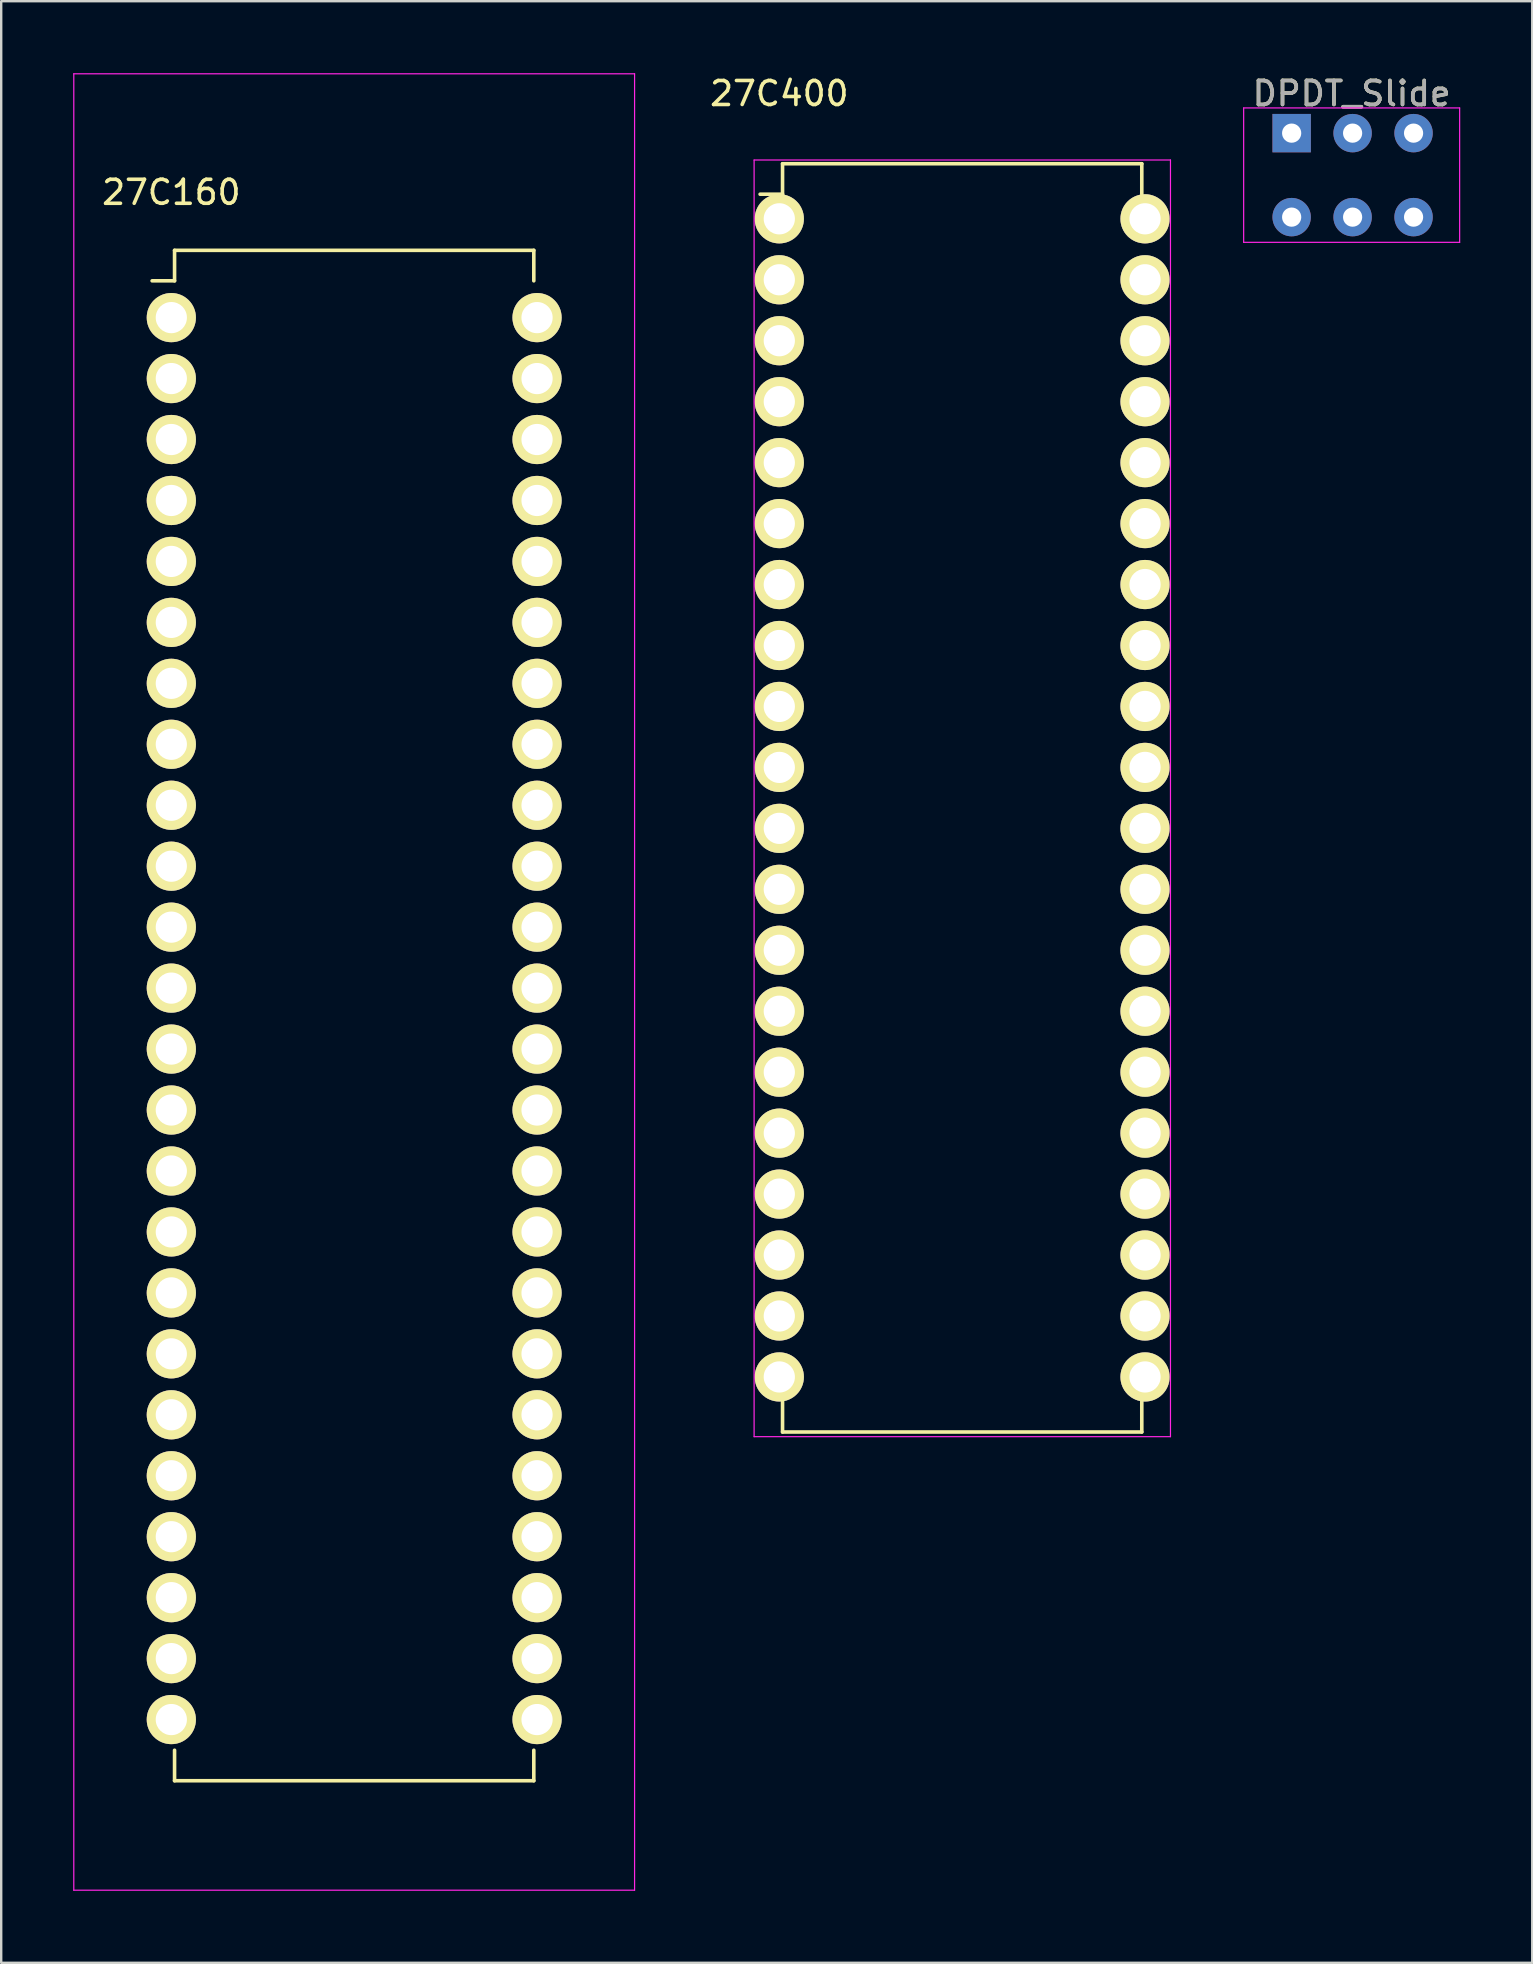
<source format=kicad_pcb>
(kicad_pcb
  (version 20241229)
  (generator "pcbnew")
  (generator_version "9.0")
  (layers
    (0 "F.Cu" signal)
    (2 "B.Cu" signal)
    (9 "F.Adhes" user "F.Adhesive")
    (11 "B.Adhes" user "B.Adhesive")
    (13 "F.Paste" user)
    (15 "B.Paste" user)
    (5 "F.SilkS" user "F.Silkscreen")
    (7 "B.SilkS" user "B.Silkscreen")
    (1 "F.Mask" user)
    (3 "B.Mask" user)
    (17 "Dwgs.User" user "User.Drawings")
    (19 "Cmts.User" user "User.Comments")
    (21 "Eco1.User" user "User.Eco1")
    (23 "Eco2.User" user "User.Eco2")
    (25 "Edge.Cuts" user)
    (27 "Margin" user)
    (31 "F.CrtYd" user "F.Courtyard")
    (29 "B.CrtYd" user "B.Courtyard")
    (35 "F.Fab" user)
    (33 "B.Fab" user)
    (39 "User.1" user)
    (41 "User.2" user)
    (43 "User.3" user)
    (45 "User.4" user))
  (footprint "27C400"
    (layer "F.Cu")
    (at 29.424 6.068)
    (property "Reference" "27C400" (at 0 -5.22 0) (layer "F.SilkS") (effects (font (size 1 1) (thickness 0.15))))
    (attr through_hole)
    (fp_line (start 0.135 -2.295) (end 0.135 -1.025) (stroke (width 0.15) (type solid)) (layer "F.SilkS"))
    (fp_line (start 0.135 -2.295) (end 15.105 -2.295) (stroke (width 0.15) (type solid)) (layer "F.SilkS"))
    (fp_line (start 0.135 -1.025) (end -0.8 -1.025) (stroke (width 0.15) (type solid)) (layer "F.SilkS"))
    (fp_line (start 0.135 50.555) (end 0.135 49.285) (stroke (width 0.15) (type solid)) (layer "F.SilkS"))
    (fp_line (start 0.135 50.555) (end 15.105 50.555) (stroke (width 0.15) (type solid)) (layer "F.SilkS"))
    (fp_line (start 15.105 -2.295) (end 15.105 -1.025) (stroke (width 0.15) (type solid)) (layer "F.SilkS"))
    (fp_line (start 15.105 50.555) (end 15.105 49.285) (stroke (width 0.15) (type solid)) (layer "F.SilkS"))
    (fp_line (start -1.05 -2.45) (end -1.05 50.75) (stroke (width 0.05) (type solid)) (layer "F.CrtYd"))
    (fp_line (start -1.05 -2.45) (end 16.3 -2.45) (stroke (width 0.05) (type solid)) (layer "F.CrtYd"))
    (fp_line (start -1.05 50.75) (end 16.3 50.75) (stroke (width 0.05) (type solid)) (layer "F.CrtYd"))
    (fp_line (start 16.3 -2.45) (end 16.3 50.75) (stroke (width 0.05) (type solid)) (layer "F.CrtYd"))
    (pad "1" thru_hole oval (at 0 0) (size 2.05 2.05) (drill 1.3) (layers "*.Cu" "*.Mask" "F.SilkS"))
    (pad "2" thru_hole oval (at 0 2.54) (size 2.05 2.05) (drill 1.3) (layers "*.Cu" "*.Mask" "F.SilkS"))
    (pad "3" thru_hole oval (at 0 5.08) (size 2.05 2.05) (drill 1.3) (layers "*.Cu" "*.Mask" "F.SilkS"))
    (pad "4" thru_hole oval (at 0 7.62) (size 2.05 2.05) (drill 1.3) (layers "*.Cu" "*.Mask" "F.SilkS"))
    (pad "5" thru_hole oval (at 0 10.16) (size 2.05 2.05) (drill 1.3) (layers "*.Cu" "*.Mask" "F.SilkS"))
    (pad "6" thru_hole oval (at 0 12.7) (size 2.05 2.05) (drill 1.3) (layers "*.Cu" "*.Mask" "F.SilkS"))
    (pad "7" thru_hole oval (at 0 15.24) (size 2.05 2.05) (drill 1.3) (layers "*.Cu" "*.Mask" "F.SilkS"))
    (pad "8" thru_hole oval (at 0 17.78) (size 2.05 2.05) (drill 1.3) (layers "*.Cu" "*.Mask" "F.SilkS"))
    (pad "9" thru_hole oval (at 0 20.32) (size 2.05 2.05) (drill 1.3) (layers "*.Cu" "*.Mask" "F.SilkS"))
    (pad "10" thru_hole oval (at 0 22.86) (size 2.05 2.05) (drill 1.3) (layers "*.Cu" "*.Mask" "F.SilkS"))
    (pad "11" thru_hole oval (at 0 25.4) (size 2.05 2.05) (drill 1.3) (layers "*.Cu" "*.Mask" "F.SilkS"))
    (pad "12" thru_hole oval (at 0 27.94) (size 2.05 2.05) (drill 1.3) (layers "*.Cu" "*.Mask" "F.SilkS"))
    (pad "13" thru_hole oval (at 0 30.48) (size 2.05 2.05) (drill 1.3) (layers "*.Cu" "*.Mask" "F.SilkS"))
    (pad "14" thru_hole oval (at 0 33.02) (size 2.05 2.05) (drill 1.3) (layers "*.Cu" "*.Mask" "F.SilkS"))
    (pad "15" thru_hole oval (at 0 35.56) (size 2.05 2.05) (drill 1.3) (layers "*.Cu" "*.Mask" "F.SilkS"))
    (pad "16" thru_hole oval (at 0 38.1) (size 2.05 2.05) (drill 1.3) (layers "*.Cu" "*.Mask" "F.SilkS"))
    (pad "17" thru_hole oval (at 0 40.64) (size 2.05 2.05) (drill 1.3) (layers "*.Cu" "*.Mask" "F.SilkS"))
    (pad "18" thru_hole oval (at 0 43.18) (size 2.05 2.05) (drill 1.3) (layers "*.Cu" "*.Mask" "F.SilkS"))
    (pad "19" thru_hole oval (at 0 45.72) (size 2.05 2.05) (drill 1.3) (layers "*.Cu" "*.Mask" "F.SilkS"))
    (pad "20" thru_hole oval (at 0 48.26) (size 2.05 2.05) (drill 1.3) (layers "*.Cu" "*.Mask" "F.SilkS"))
    (pad "21" thru_hole oval (at 15.24 48.26) (size 2.05 2.05) (drill 1.3) (layers "*.Cu" "*.Mask" "F.SilkS"))
    (pad "22" thru_hole oval (at 15.24 45.72) (size 2.05 2.05) (drill 1.3) (layers "*.Cu" "*.Mask" "F.SilkS"))
    (pad "23" thru_hole oval (at 15.24 43.18) (size 2.05 2.05) (drill 1.3) (layers "*.Cu" "*.Mask" "F.SilkS"))
    (pad "24" thru_hole oval (at 15.24 40.64) (size 2.05 2.05) (drill 1.3) (layers "*.Cu" "*.Mask" "F.SilkS"))
    (pad "25" thru_hole oval (at 15.24 38.1) (size 2.05 2.05) (drill 1.3) (layers "*.Cu" "*.Mask" "F.SilkS"))
    (pad "26" thru_hole oval (at 15.24 35.56) (size 2.05 2.05) (drill 1.3) (layers "*.Cu" "*.Mask" "F.SilkS"))
    (pad "27" thru_hole oval (at 15.24 33.02) (size 2.05 2.05) (drill 1.3) (layers "*.Cu" "*.Mask" "F.SilkS"))
    (pad "28" thru_hole oval (at 15.24 30.48) (size 2.05 2.05) (drill 1.3) (layers "*.Cu" "*.Mask" "F.SilkS"))
    (pad "29" thru_hole oval (at 15.24 27.94) (size 2.05 2.05) (drill 1.3) (layers "*.Cu" "*.Mask" "F.SilkS"))
    (pad "30" thru_hole oval (at 15.24 25.4) (size 2.05 2.05) (drill 1.3) (layers "*.Cu" "*.Mask" "F.SilkS"))
    (pad "31" thru_hole oval (at 15.24 22.86) (size 2.05 2.05) (drill 1.3) (layers "*.Cu" "*.Mask" "F.SilkS"))
    (pad "32" thru_hole oval (at 15.24 20.32) (size 2.05 2.05) (drill 1.3) (layers "*.Cu" "*.Mask" "F.SilkS"))
    (pad "33" thru_hole oval (at 15.24 17.78) (size 2.05 2.05) (drill 1.3) (layers "*.Cu" "*.Mask" "F.SilkS"))
    (pad "34" thru_hole oval (at 15.24 15.24) (size 2.05 2.05) (drill 1.3) (layers "*.Cu" "*.Mask" "F.SilkS"))
    (pad "35" thru_hole oval (at 15.24 12.7) (size 2.05 2.05) (drill 1.3) (layers "*.Cu" "*.Mask" "F.SilkS"))
    (pad "36" thru_hole oval (at 15.24 10.16) (size 2.05 2.05) (drill 1.3) (layers "*.Cu" "*.Mask" "F.SilkS"))
    (pad "37" thru_hole oval (at 15.24 7.62) (size 2.05 2.05) (drill 1.3) (layers "*.Cu" "*.Mask" "F.SilkS"))
    (pad "38" thru_hole oval (at 15.24 5.08) (size 2.05 2.05) (drill 1.3) (layers "*.Cu" "*.Mask" "F.SilkS"))
    (pad "39" thru_hole oval (at 15.24 2.54) (size 2.05 2.05) (drill 1.3) (layers "*.Cu" "*.Mask" "F.SilkS"))
    (pad "40" thru_hole oval (at 15.24 0) (size 2.05 2.05) (drill 1.3) (layers "*.Cu" "*.Mask" "F.SilkS")))
  (footprint "DPDT_Slide"
    (layer "F.Cu")
    (at 50.774 2.498)
    (property "Reference" "DPDT_Slide" (at 2.5 -1.65 0) (layer "F.SilkS") (effects (font (size 1 1) (thickness 0.15))))
    (attr through_hole)
    (fp_line (start -2 -1.05) (end 7 -1.05) (stroke (width 0.05) (type solid)) (layer "F.CrtYd"))
    (fp_line (start -2 4.55) (end -2 -1.05) (stroke (width 0.05) (type solid)) (layer "F.CrtYd"))
    (fp_line (start 7 -1.05) (end 7 4.55) (stroke (width 0.05) (type solid)) (layer "F.CrtYd"))
    (fp_line (start 7 4.55) (end -2 4.55) (stroke (width 0.05) (type solid)) (layer "F.CrtYd"))
    (fp_text user "${REFERENCE}" (at 2.5 -1.65 0) (layer "F.Fab") (effects (font (size 1 1) (thickness 0.15))))
    (pad "1" thru_hole rect (at 0 0) (size 1.6 1.6) (drill 0.8) (layers "*.Cu" "*.Mask"))
    (pad "2" thru_hole circle (at 2.54 0) (size 1.6 1.6) (drill 0.8) (layers "*.Cu" "*.Mask"))
    (pad "3" thru_hole circle (at 5.08 0) (size 1.6 1.6) (drill 0.8) (layers "*.Cu" "*.Mask"))
    (pad "4" thru_hole circle (at 0 3.5) (size 1.6 1.6) (drill 0.8) (layers "*.Cu" "*.Mask"))
    (pad "5" thru_hole circle (at 2.54 3.5) (size 1.6 1.6) (drill 0.8) (layers "*.Cu" "*.Mask"))
    (pad "6" thru_hole circle (at 5.08 3.5) (size 1.6 1.6) (drill 0.8) (layers "*.Cu" "*.Mask")))
  (footprint "27C160"
    (layer "F.Cu")
    (at 4.089 10.185)
    (property "Reference" "27C160" (at 0 -5.22 0) (layer "F.SilkS") (effects (font (size 1 1) (thickness 0.15))))
    (attr through_hole)
    (fp_line (start 0.135 -2.803) (end 0.135 -1.533) (stroke (width 0.15) (type solid)) (layer "F.SilkS"))
    (fp_line (start 0.135 -2.803) (end 15.105 -2.803) (stroke (width 0.15) (type solid)) (layer "F.SilkS"))
    (fp_line (start 0.135 -1.533) (end -0.8 -1.533) (stroke (width 0.15) (type solid)) (layer "F.SilkS"))
    (fp_line (start 0.135 60.969) (end 0.135 59.699) (stroke (width 0.15) (type solid)) (layer "F.SilkS"))
    (fp_line (start 0.135 60.969) (end 15.105 60.969) (stroke (width 0.15) (type solid)) (layer "F.SilkS"))
    (fp_line (start 15.105 -2.803) (end 15.105 -1.533) (stroke (width 0.15) (type solid)) (layer "F.SilkS"))
    (fp_line (start 15.105 60.969) (end 15.105 59.699) (stroke (width 0.15) (type solid)) (layer "F.SilkS"))
    (fp_line (start -4.064 -10.16) (end -4.064 65.532) (stroke (width 0.05) (type solid)) (layer "F.CrtYd"))
    (fp_line (start -4.064 65.532) (end 19.304 65.532) (stroke (width 0.05) (type solid)) (layer "F.CrtYd"))
    (fp_line (start 19.304 -10.16) (end -4.064 -10.16) (stroke (width 0.05) (type solid)) (layer "F.CrtYd"))
    (fp_line (start 19.304 65.532) (end 19.304 -10.16) (stroke (width 0.05) (type solid)) (layer "F.CrtYd"))
    (pad "1" thru_hole oval (at 0 0) (size 2.05 2.05) (drill 1.3) (layers "*.Cu" "*.Mask" "F.SilkS"))
    (pad "2" thru_hole oval (at 0 2.54) (size 2.05 2.05) (drill 1.3) (layers "*.Cu" "*.Mask" "F.SilkS"))
    (pad "3" thru_hole oval (at 0 5.08) (size 2.05 2.05) (drill 1.3) (layers "*.Cu" "*.Mask" "F.SilkS"))
    (pad "4" thru_hole oval (at 0 7.62) (size 2.05 2.05) (drill 1.3) (layers "*.Cu" "*.Mask" "F.SilkS"))
    (pad "5" thru_hole oval (at 0 10.16) (size 2.05 2.05) (drill 1.3) (layers "*.Cu" "*.Mask" "F.SilkS"))
    (pad "6" thru_hole oval (at 0 12.7) (size 2.05 2.05) (drill 1.3) (layers "*.Cu" "*.Mask" "F.SilkS"))
    (pad "7" thru_hole oval (at 0 15.24) (size 2.05 2.05) (drill 1.3) (layers "*.Cu" "*.Mask" "F.SilkS"))
    (pad "8" thru_hole oval (at 0 17.78) (size 2.05 2.05) (drill 1.3) (layers "*.Cu" "*.Mask" "F.SilkS"))
    (pad "9" thru_hole oval (at 0 20.32) (size 2.05 2.05) (drill 1.3) (layers "*.Cu" "*.Mask" "F.SilkS"))
    (pad "10" thru_hole oval (at 0 22.86) (size 2.05 2.05) (drill 1.3) (layers "*.Cu" "*.Mask" "F.SilkS"))
    (pad "11" thru_hole oval (at 0 25.4) (size 2.05 2.05) (drill 1.3) (layers "*.Cu" "*.Mask" "F.SilkS"))
    (pad "12" thru_hole oval (at 0 27.94) (size 2.05 2.05) (drill 1.3) (layers "*.Cu" "*.Mask" "F.SilkS"))
    (pad "13" thru_hole oval (at 0 30.48) (size 2.05 2.05) (drill 1.3) (layers "*.Cu" "*.Mask" "F.SilkS"))
    (pad "14" thru_hole oval (at 0 33.02) (size 2.05 2.05) (drill 1.3) (layers "*.Cu" "*.Mask" "F.SilkS"))
    (pad "15" thru_hole oval (at 0 35.56) (size 2.05 2.05) (drill 1.3) (layers "*.Cu" "*.Mask" "F.SilkS"))
    (pad "16" thru_hole oval (at 0 38.1) (size 2.05 2.05) (drill 1.3) (layers "*.Cu" "*.Mask" "F.SilkS"))
    (pad "17" thru_hole oval (at 0 40.64) (size 2.05 2.05) (drill 1.3) (layers "*.Cu" "*.Mask" "F.SilkS"))
    (pad "18" thru_hole oval (at 0 43.18) (size 2.05 2.05) (drill 1.3) (layers "*.Cu" "*.Mask" "F.SilkS"))
    (pad "19" thru_hole oval (at 0 45.72) (size 2.05 2.05) (drill 1.3) (layers "*.Cu" "*.Mask" "F.SilkS"))
    (pad "20" thru_hole oval (at 0 48.26) (size 2.05 2.05) (drill 1.3) (layers "*.Cu" "*.Mask" "F.SilkS"))
    (pad "21" thru_hole oval (at 0 50.8) (size 2.05 2.05) (drill 1.3) (layers "*.Cu" "*.Mask" "F.SilkS"))
    (pad "22" thru_hole oval (at 0 53.34) (size 2.05 2.05) (drill 1.3) (layers "*.Cu" "*.Mask" "F.SilkS"))
    (pad "23" thru_hole oval (at 0 55.88) (size 2.05 2.05) (drill 1.3) (layers "*.Cu" "*.Mask" "F.SilkS"))
    (pad "24" thru_hole oval (at 0 58.42) (size 2.05 2.05) (drill 1.3) (layers "*.Cu" "*.Mask" "F.SilkS"))
    (pad "25" thru_hole oval (at 15.24 58.42) (size 2.05 2.05) (drill 1.3) (layers "*.Cu" "*.Mask" "F.SilkS"))
    (pad "26" thru_hole oval (at 15.24 55.88) (size 2.05 2.05) (drill 1.3) (layers "*.Cu" "*.Mask" "F.SilkS"))
    (pad "27" thru_hole oval (at 15.24 53.34) (size 2.05 2.05) (drill 1.3) (layers "*.Cu" "*.Mask" "F.SilkS"))
    (pad "28" thru_hole oval (at 15.24 50.8) (size 2.05 2.05) (drill 1.3) (layers "*.Cu" "*.Mask" "F.SilkS"))
    (pad "29" thru_hole oval (at 15.24 48.26) (size 2.05 2.05) (drill 1.3) (layers "*.Cu" "*.Mask" "F.SilkS"))
    (pad "30" thru_hole oval (at 15.24 45.72) (size 2.05 2.05) (drill 1.3) (layers "*.Cu" "*.Mask" "F.SilkS"))
    (pad "31" thru_hole oval (at 15.24 43.18) (size 2.05 2.05) (drill 1.3) (layers "*.Cu" "*.Mask" "F.SilkS"))
    (pad "32" thru_hole oval (at 15.24 40.64) (size 2.05 2.05) (drill 1.3) (layers "*.Cu" "*.Mask" "F.SilkS"))
    (pad "33" thru_hole oval (at 15.24 38.1) (size 2.05 2.05) (drill 1.3) (layers "*.Cu" "*.Mask" "F.SilkS"))
    (pad "34" thru_hole oval (at 15.24 35.56) (size 2.05 2.05) (drill 1.3) (layers "*.Cu" "*.Mask" "F.SilkS"))
    (pad "35" thru_hole oval (at 15.24 33.02) (size 2.05 2.05) (drill 1.3) (layers "*.Cu" "*.Mask" "F.SilkS"))
    (pad "36" thru_hole oval (at 15.24 30.48) (size 2.05 2.05) (drill 1.3) (layers "*.Cu" "*.Mask" "F.SilkS"))
    (pad "37" thru_hole oval (at 15.24 27.94) (size 2.05 2.05) (drill 1.3) (layers "*.Cu" "*.Mask" "F.SilkS"))
    (pad "38" thru_hole oval (at 15.24 25.4) (size 2.05 2.05) (drill 1.3) (layers "*.Cu" "*.Mask" "F.SilkS"))
    (pad "39" thru_hole oval (at 15.24 22.86) (size 2.05 2.05) (drill 1.3) (layers "*.Cu" "*.Mask" "F.SilkS"))
    (pad "40" thru_hole oval (at 15.24 20.32) (size 2.05 2.05) (drill 1.3) (layers "*.Cu" "*.Mask" "F.SilkS"))
    (pad "41" thru_hole oval (at 15.24 17.78) (size 2.05 2.05) (drill 1.3) (layers "*.Cu" "*.Mask" "F.SilkS"))
    (pad "42" thru_hole oval (at 15.24 15.24) (size 2.05 2.05) (drill 1.3) (layers "*.Cu" "*.Mask" "F.SilkS"))
    (pad "43" thru_hole oval (at 15.24 12.7) (size 2.05 2.05) (drill 1.3) (layers "*.Cu" "*.Mask" "F.SilkS"))
    (pad "44" thru_hole oval (at 15.24 10.16) (size 2.05 2.05) (drill 1.3) (layers "*.Cu" "*.Mask" "F.SilkS"))
    (pad "45" thru_hole oval (at 15.24 7.62) (size 2.05 2.05) (drill 1.3) (layers "*.Cu" "*.Mask" "F.SilkS"))
    (pad "46" thru_hole oval (at 15.24 5.08) (size 2.05 2.05) (drill 1.3) (layers "*.Cu" "*.Mask" "F.SilkS"))
    (pad "47" thru_hole oval (at 15.24 2.54) (size 2.05 2.05) (drill 1.3) (layers "*.Cu" "*.Mask" "F.SilkS"))
    (pad "48" thru_hole oval (at 15.24 0) (size 2.05 2.05) (drill 1.3) (layers "*.Cu" "*.Mask" "F.SilkS")))
  (gr_rect
    (start -3 -3)
    (end 60.799 78.742)
    (stroke (width 0.1) (type default))
    (fill no)
    (layer "Edge.Cuts")))
</source>
